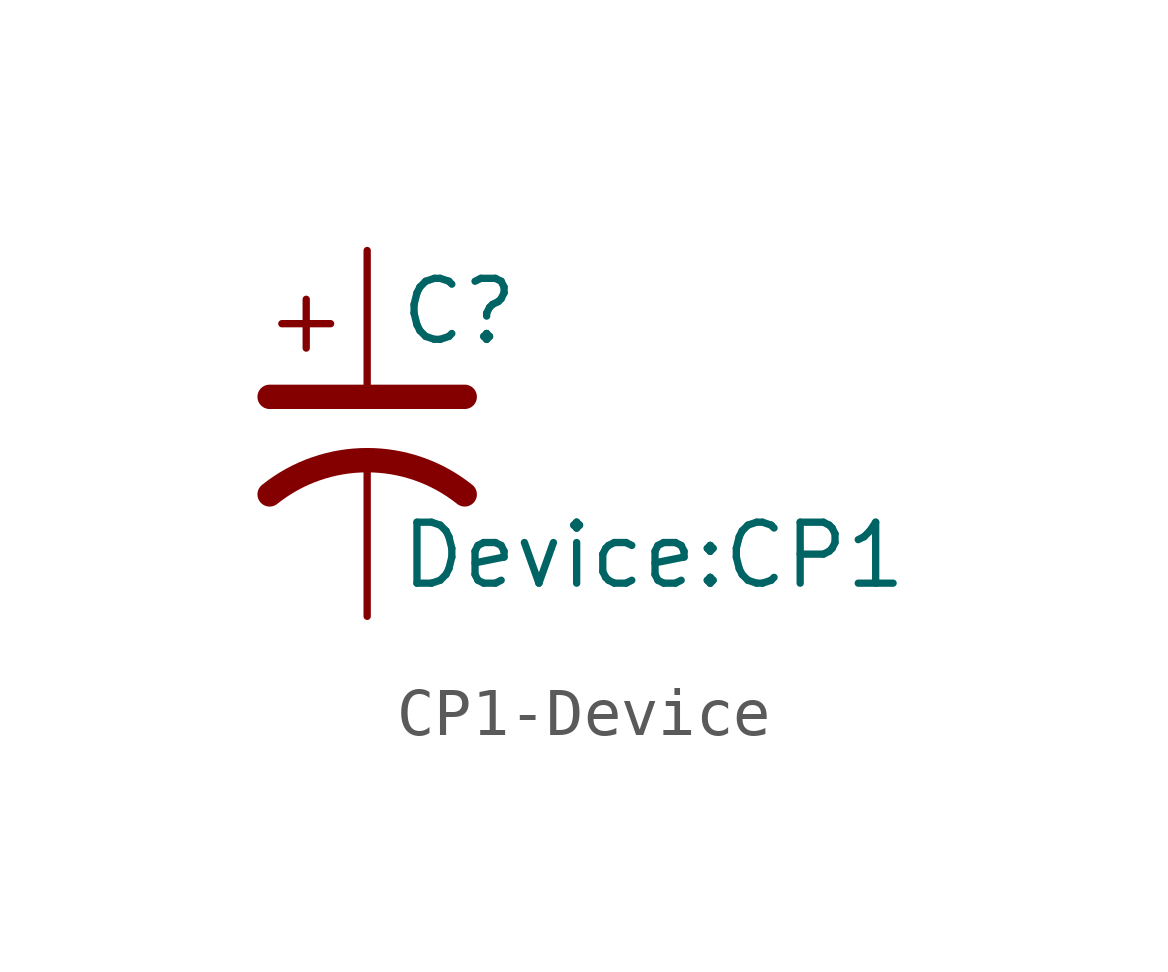
<source format=kicad_sym>
(kicad_symbol_lib
  (version 20220914)
  (generator kicad_symbol_editor)
  (symbol "CP1-Device"
    (pin_numbers hide)
    (pin_names
      (offset 0.254) hide)
    (property "Reference" "C"
      (at 0.635 2.54 0)
      (effects (font (size 1.27 1.27)) (justify left)))
    (property "Value" "Device:CP1"
      (at 0.635 -2.54 0)
      (effects (font (size 1.27 1.27)) (justify left)))
    (symbol "CP1-Device_0_1"
      (polyline (pts (xy -2.032 0.762) (xy 2.032 0.762)) (stroke (width 0.508) (type solid)) (fill (type none)))
      (polyline (pts (xy -1.778 2.286) (xy -0.762 2.286)) (stroke (width 0) (type solid)) (fill (type none)))
      (polyline (pts (xy -1.27 1.778) (xy -1.27 2.794)) (stroke (width 0) (type solid)) (fill (type none)))
      (arc (start 2.032 -1.27) (mid 0 -0.5572) (end -2.032 -1.27) (stroke (width 0.508) (type solid)) (fill (type none))))
    (symbol "CP1-Device_1_1"
      (pin passive line (at 0 3.81 270) (length 2.794) (name "~" (effects (font (size 1.27 1.27)))) (number "1" (effects (font (size 1.27 1.27)))))
      (pin passive line (at 0 -3.81 90) (length 3.302) (name "~" (effects (font (size 1.27 1.27)))) (number "2" (effects (font (size 1.27 1.27))))))))
</source>
